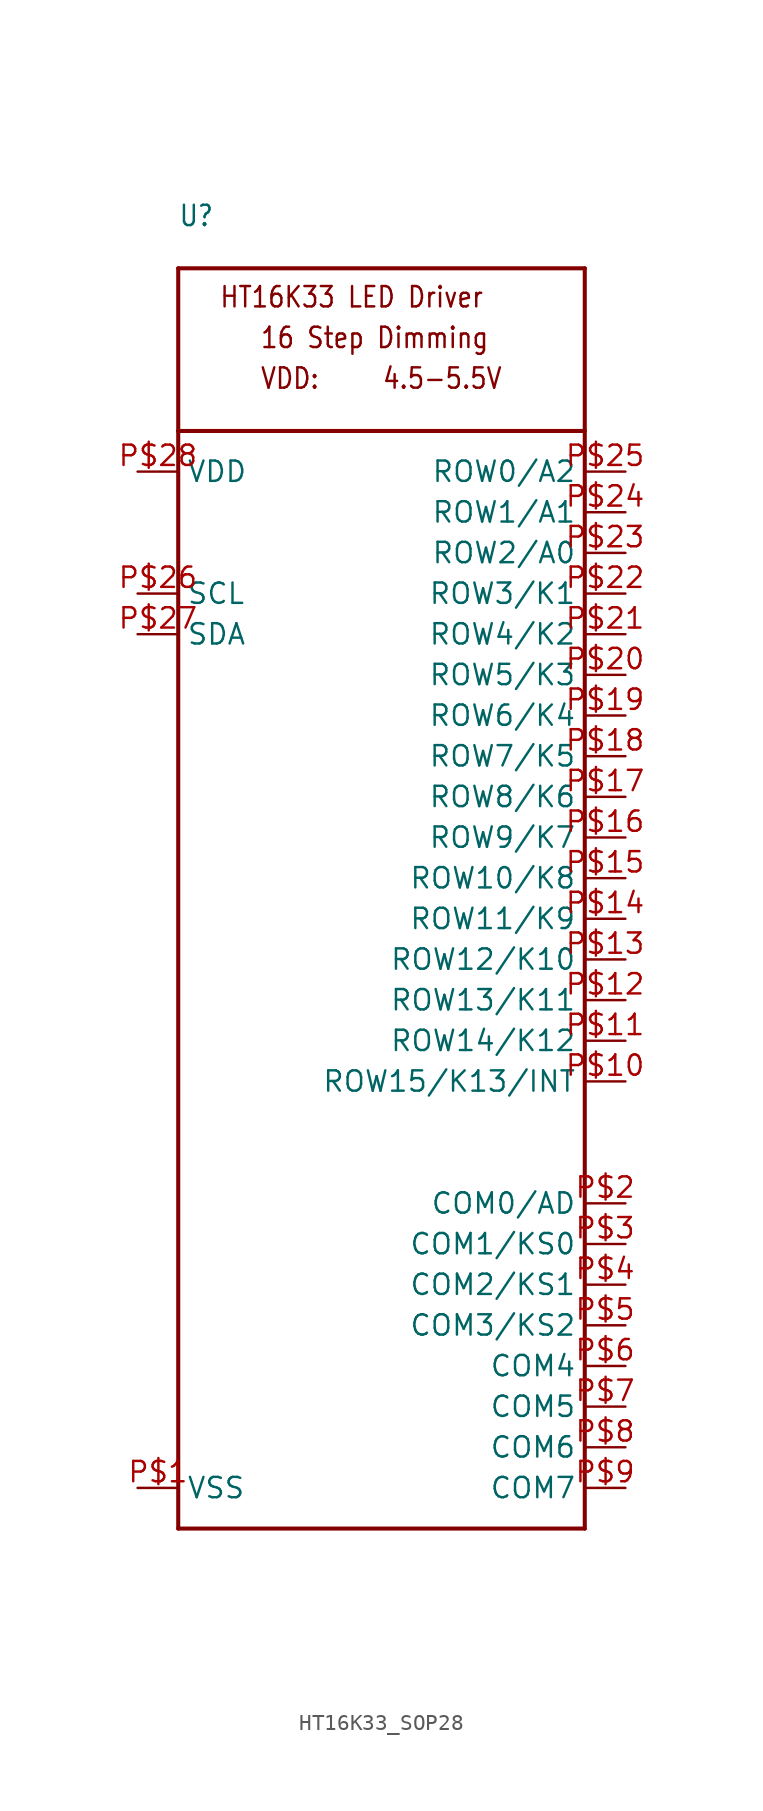
<source format=kicad_sym>
(kicad_symbol_lib
  (version 20231120)
  (generator "kicad_symbol_editor")
  (generator_version "8.0")
  (symbol "HT16K33_SOP28"
    (property "Reference" "U"
      (at -12.7 40.64 0)
      (effects (font (size 1.27 1.079)) (justify left bottom)))
    (property "Value" ""
      (at -12.7 -43.18 0)
      (effects (font (size 1.27 1.079)) (justify left bottom)))
    (property "ki_locked" ""
      (at 0 0 0)
      (effects (font (size 1.27 1.27))))
    (symbol "HT16K33_SOP28_1_0"
      (polyline (pts (xy -12.7 -40.64) (xy -12.7 27.94)) (stroke (width 0.254) (type solid)) (fill (type none)))
      (polyline (pts (xy -12.7 27.94) (xy -12.7 38.1)) (stroke (width 0.254) (type solid)) (fill (type none)))
      (polyline (pts (xy -12.7 27.94) (xy 12.7 27.94)) (stroke (width 0.254) (type solid)) (fill (type none)))
      (polyline (pts (xy -12.7 38.1) (xy 12.7 38.1)) (stroke (width 0.254) (type solid)) (fill (type none)))
      (polyline (pts (xy 12.7 -40.64) (xy -12.7 -40.64)) (stroke (width 0.254) (type solid)) (fill (type none)))
      (polyline (pts (xy 12.7 38.1) (xy 12.7 -40.64)) (stroke (width 0.254) (type solid)) (fill (type none)))
      (text "16 Step Dimming" (at -7.62 33.02 0) (effects (font (size 1.27 1.079)) (justify left bottom)))
      (text "4.5-5.5V" (at 0 30.48 0) (effects (font (size 1.27 1.079)) (justify left bottom)))
      (text "HT16K33 LED Driver" (at -10.16 35.56 0) (effects (font (size 1.27 1.079)) (justify left bottom)))
      (text "VDD:" (at -7.62 30.48 0) (effects (font (size 1.27 1.079)) (justify left bottom)))
      (pin bidirectional line (at -15.24 -38.1 0) (length 2.54) (name "VSS" (effects (font (size 1.27 1.27)))) (number "P$1" (effects (font (size 1.27 1.27)))))
      (pin bidirectional line (at 15.24 -12.7 180) (length 2.54) (name "ROW15/K13/INT" (effects (font (size 1.27 1.27)))) (number "P$10" (effects (font (size 1.27 1.27)))))
      (pin bidirectional line (at 15.24 -10.16 180) (length 2.54) (name "ROW14/K12" (effects (font (size 1.27 1.27)))) (number "P$11" (effects (font (size 1.27 1.27)))))
      (pin bidirectional line (at 15.24 -7.62 180) (length 2.54) (name "ROW13/K11" (effects (font (size 1.27 1.27)))) (number "P$12" (effects (font (size 1.27 1.27)))))
      (pin bidirectional line (at 15.24 -5.08 180) (length 2.54) (name "ROW12/K10" (effects (font (size 1.27 1.27)))) (number "P$13" (effects (font (size 1.27 1.27)))))
      (pin bidirectional line (at 15.24 -2.54 180) (length 2.54) (name "ROW11/K9" (effects (font (size 1.27 1.27)))) (number "P$14" (effects (font (size 1.27 1.27)))))
      (pin bidirectional line (at 15.24 0 180) (length 2.54) (name "ROW10/K8" (effects (font (size 1.27 1.27)))) (number "P$15" (effects (font (size 1.27 1.27)))))
      (pin bidirectional line (at 15.24 2.54 180) (length 2.54) (name "ROW9/K7" (effects (font (size 1.27 1.27)))) (number "P$16" (effects (font (size 1.27 1.27)))))
      (pin bidirectional line (at 15.24 5.08 180) (length 2.54) (name "ROW8/K6" (effects (font (size 1.27 1.27)))) (number "P$17" (effects (font (size 1.27 1.27)))))
      (pin bidirectional line (at 15.24 7.62 180) (length 2.54) (name "ROW7/K5" (effects (font (size 1.27 1.27)))) (number "P$18" (effects (font (size 1.27 1.27)))))
      (pin bidirectional line (at 15.24 10.16 180) (length 2.54) (name "ROW6/K4" (effects (font (size 1.27 1.27)))) (number "P$19" (effects (font (size 1.27 1.27)))))
      (pin bidirectional line (at 15.24 -20.32 180) (length 2.54) (name "COM0/AD" (effects (font (size 1.27 1.27)))) (number "P$2" (effects (font (size 1.27 1.27)))))
      (pin bidirectional line (at 15.24 12.7 180) (length 2.54) (name "ROW5/K3" (effects (font (size 1.27 1.27)))) (number "P$20" (effects (font (size 1.27 1.27)))))
      (pin bidirectional line (at 15.24 15.24 180) (length 2.54) (name "ROW4/K2" (effects (font (size 1.27 1.27)))) (number "P$21" (effects (font (size 1.27 1.27)))))
      (pin bidirectional line (at 15.24 17.78 180) (length 2.54) (name "ROW3/K1" (effects (font (size 1.27 1.27)))) (number "P$22" (effects (font (size 1.27 1.27)))))
      (pin bidirectional line (at 15.24 20.32 180) (length 2.54) (name "ROW2/A0" (effects (font (size 1.27 1.27)))) (number "P$23" (effects (font (size 1.27 1.27)))))
      (pin bidirectional line (at 15.24 22.86 180) (length 2.54) (name "ROW1/A1" (effects (font (size 1.27 1.27)))) (number "P$24" (effects (font (size 1.27 1.27)))))
      (pin bidirectional line (at 15.24 25.4 180) (length 2.54) (name "ROW0/A2" (effects (font (size 1.27 1.27)))) (number "P$25" (effects (font (size 1.27 1.27)))))
      (pin bidirectional line (at -15.24 17.78 0) (length 2.54) (name "SCL" (effects (font (size 1.27 1.27)))) (number "P$26" (effects (font (size 1.27 1.27)))))
      (pin bidirectional line (at -15.24 15.24 0) (length 2.54) (name "SDA" (effects (font (size 1.27 1.27)))) (number "P$27" (effects (font (size 1.27 1.27)))))
      (pin bidirectional line (at -15.24 25.4 0) (length 2.54) (name "VDD" (effects (font (size 1.27 1.27)))) (number "P$28" (effects (font (size 1.27 1.27)))))
      (pin bidirectional line (at 15.24 -22.86 180) (length 2.54) (name "COM1/KS0" (effects (font (size 1.27 1.27)))) (number "P$3" (effects (font (size 1.27 1.27)))))
      (pin bidirectional line (at 15.24 -25.4 180) (length 2.54) (name "COM2/KS1" (effects (font (size 1.27 1.27)))) (number "P$4" (effects (font (size 1.27 1.27)))))
      (pin bidirectional line (at 15.24 -27.94 180) (length 2.54) (name "COM3/KS2" (effects (font (size 1.27 1.27)))) (number "P$5" (effects (font (size 1.27 1.27)))))
      (pin bidirectional line (at 15.24 -30.48 180) (length 2.54) (name "COM4" (effects (font (size 1.27 1.27)))) (number "P$6" (effects (font (size 1.27 1.27)))))
      (pin bidirectional line (at 15.24 -33.02 180) (length 2.54) (name "COM5" (effects (font (size 1.27 1.27)))) (number "P$7" (effects (font (size 1.27 1.27)))))
      (pin bidirectional line (at 15.24 -35.56 180) (length 2.54) (name "COM6" (effects (font (size 1.27 1.27)))) (number "P$8" (effects (font (size 1.27 1.27)))))
      (pin bidirectional line (at 15.24 -38.1 180) (length 2.54) (name "COM7" (effects (font (size 1.27 1.27)))) (number "P$9" (effects (font (size 1.27 1.27))))))))
</source>
